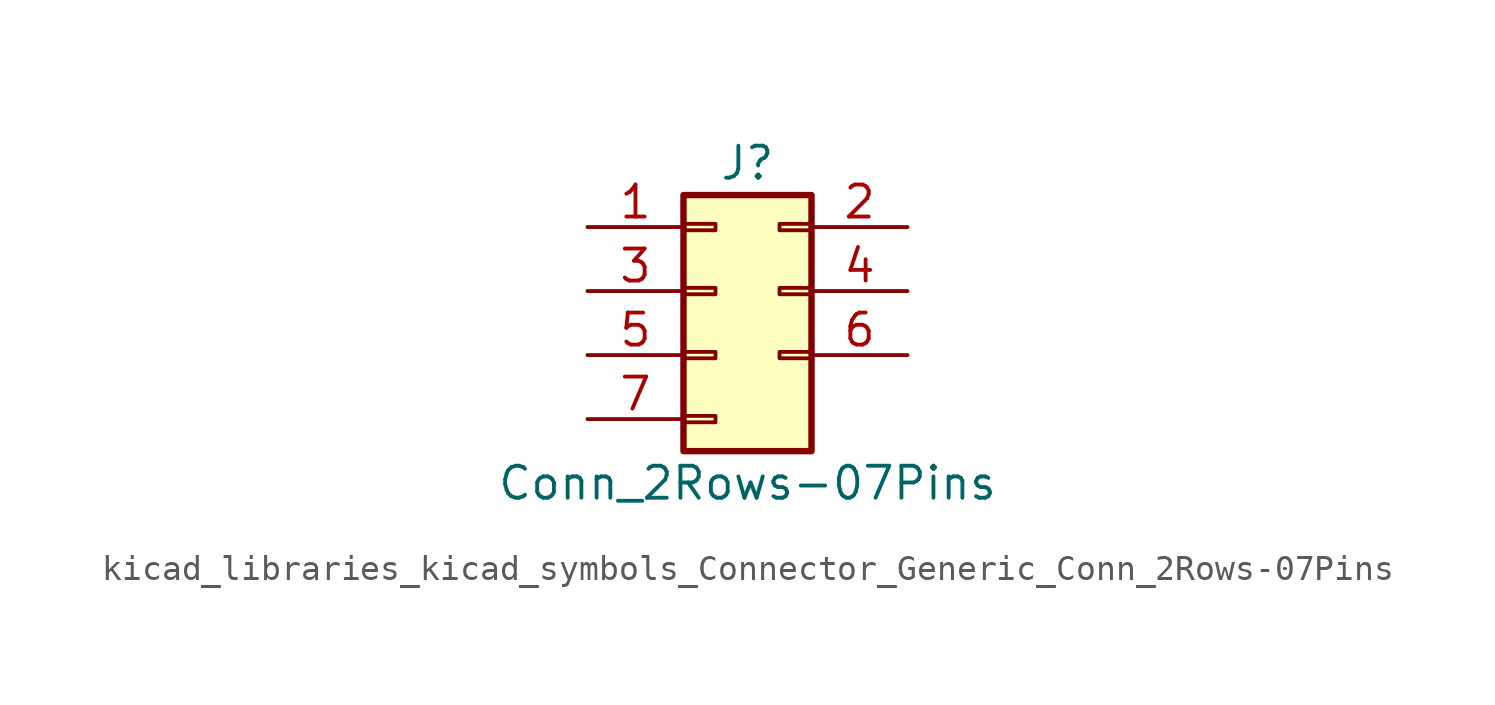
<source format=kicad_sym>
(kicad_symbol_lib
  (version 20220914)
  (generator kicad_symbol_editor)
  (symbol "kicad_libraries_kicad_symbols_Connector_Generic_Conn_2Rows-07Pins"
    (pin_names
      (offset 1.016) hide)
    (property "Reference" "J"
      (at 1.27 5.08 0)
      (effects (font (size 1.27 1.27))))
    (property "Value" "Conn_2Rows-07Pins"
      (at 1.27 -7.62 0)
      (effects (font (size 1.27 1.27))))
    (symbol "kicad_libraries_kicad_symbols_Connector_Generic_Conn_2Rows-07Pins_1_1"
      (rectangle (start -1.27 -4.953) (end 0 -5.207) (stroke (width 0.152) (type default)) (fill (type none)))
      (rectangle (start -1.27 -2.413) (end 0 -2.667) (stroke (width 0.152) (type default)) (fill (type none)))
      (rectangle (start -1.27 0.127) (end 0 -0.127) (stroke (width 0.152) (type default)) (fill (type none)))
      (rectangle (start -1.27 2.667) (end 0 2.413) (stroke (width 0.152) (type default)) (fill (type none)))
      (rectangle (start -1.27 3.81) (end 3.81 -6.35) (stroke (width 0.254) (type default)) (fill (type background)))
      (rectangle (start 3.81 -2.413) (end 2.54 -2.667) (stroke (width 0.152) (type default)) (fill (type none)))
      (rectangle (start 3.81 0.127) (end 2.54 -0.127) (stroke (width 0.152) (type default)) (fill (type none)))
      (rectangle (start 3.81 2.667) (end 2.54 2.413) (stroke (width 0.152) (type default)) (fill (type none)))
      (pin passive line (at -5.08 2.54 0) (length 3.81) (name "Pin_1" (effects (font (size 1.27 1.27)))) (number "1" (effects (font (size 1.27 1.27)))))
      (pin passive line (at 7.62 2.54 180) (length 3.81) (name "Pin_2" (effects (font (size 1.27 1.27)))) (number "2" (effects (font (size 1.27 1.27)))))
      (pin passive line (at -5.08 0 0) (length 3.81) (name "Pin_3" (effects (font (size 1.27 1.27)))) (number "3" (effects (font (size 1.27 1.27)))))
      (pin passive line (at 7.62 0 180) (length 3.81) (name "Pin_4" (effects (font (size 1.27 1.27)))) (number "4" (effects (font (size 1.27 1.27)))))
      (pin passive line (at -5.08 -2.54 0) (length 3.81) (name "Pin_5" (effects (font (size 1.27 1.27)))) (number "5" (effects (font (size 1.27 1.27)))))
      (pin passive line (at 7.62 -2.54 180) (length 3.81) (name "Pin_6" (effects (font (size 1.27 1.27)))) (number "6" (effects (font (size 1.27 1.27)))))
      (pin passive line (at -5.08 -5.08 0) (length 3.81) (name "Pin_7" (effects (font (size 1.27 1.27)))) (number "7" (effects (font (size 1.27 1.27))))))))
</source>
